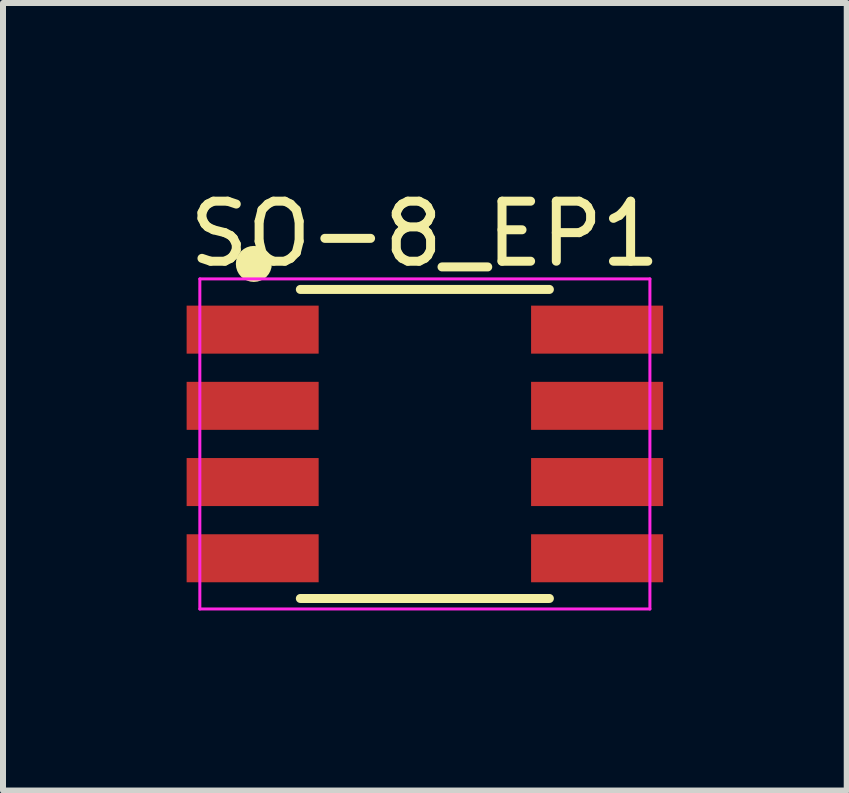
<source format=kicad_pcb>
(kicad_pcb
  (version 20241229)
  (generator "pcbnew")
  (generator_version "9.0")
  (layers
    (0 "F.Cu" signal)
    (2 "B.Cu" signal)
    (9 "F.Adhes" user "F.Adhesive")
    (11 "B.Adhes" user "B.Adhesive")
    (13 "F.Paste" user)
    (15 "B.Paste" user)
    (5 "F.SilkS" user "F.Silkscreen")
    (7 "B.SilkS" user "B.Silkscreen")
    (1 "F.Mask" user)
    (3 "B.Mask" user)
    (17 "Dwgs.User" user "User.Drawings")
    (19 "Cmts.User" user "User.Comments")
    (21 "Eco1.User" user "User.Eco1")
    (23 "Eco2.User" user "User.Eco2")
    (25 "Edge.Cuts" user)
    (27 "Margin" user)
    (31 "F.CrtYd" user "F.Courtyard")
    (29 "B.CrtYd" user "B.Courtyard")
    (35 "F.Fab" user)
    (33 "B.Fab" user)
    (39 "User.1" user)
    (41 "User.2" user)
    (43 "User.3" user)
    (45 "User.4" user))
  (footprint "SO-8_EP1"
    (layer "F.Cu")
    (at 4.03 4.348)
    (property "Reference" "SO-8_EP1" (at 0 -3.5 0) (layer "F.SilkS") (effects (font (size 1 1) (thickness 0.15))))
    (attr smd)
    (fp_line (start -2.075 -2.575) (end 2.075 -2.575) (stroke (width 0.15) (type solid)) (layer "F.SilkS"))
    (fp_line (start -2.075 2.575) (end 2.075 2.575) (stroke (width 0.15) (type solid)) (layer "F.SilkS"))
    (fp_circle (center -2.85 -3) (end -3 -3) (stroke (width 0.3) (type solid)) (fill no) (layer "F.SilkS"))
    (fp_line (start -3.75 -2.75) (end -3.75 2.75) (stroke (width 0.05) (type solid)) (layer "F.CrtYd"))
    (fp_line (start -3.75 -2.75) (end 3.75 -2.75) (stroke (width 0.05) (type solid)) (layer "F.CrtYd"))
    (fp_line (start -3.75 2.75) (end 3.75 2.75) (stroke (width 0.05) (type solid)) (layer "F.CrtYd"))
    (fp_line (start 3.75 -2.75) (end 3.75 2.75) (stroke (width 0.05) (type solid)) (layer "F.CrtYd"))
    (pad "4" smd rect (at -2.87 -1.905) (size 2.2 0.8) (layers "F.Cu" "F.Mask"))
    (pad "4" smd rect (at -2.87 -0.635) (size 2.2 0.8) (layers "F.Cu" "F.Mask"))
    (pad "4" smd rect (at -2.87 0.635) (size 2.2 0.8) (layers "F.Cu" "F.Mask"))
    (pad "4" smd rect (at -2.87 1.905) (size 2.2 0.8) (layers "F.Cu" "F.Mask"))
    (pad "5" smd rect (at 2.87 1.905) (size 2.2 0.8) (layers "F.Cu" "F.Mask"))
    (pad "6" smd rect (at 2.87 0.635) (size 2.2 0.8) (layers "F.Cu" "F.Mask"))
    (pad "8" smd rect (at 2.87 -1.905) (size 2.2 0.8) (layers "F.Cu" "F.Mask"))
    (pad "8" smd rect (at 2.87 -0.635) (size 2.2 0.8) (layers "F.Cu" "F.Mask")))
  (gr_rect
    (start -3 -3)
    (end 11.06 10.123)
    (stroke (width 0.1) (type default))
    (fill no)
    (layer "Edge.Cuts")))
</source>
